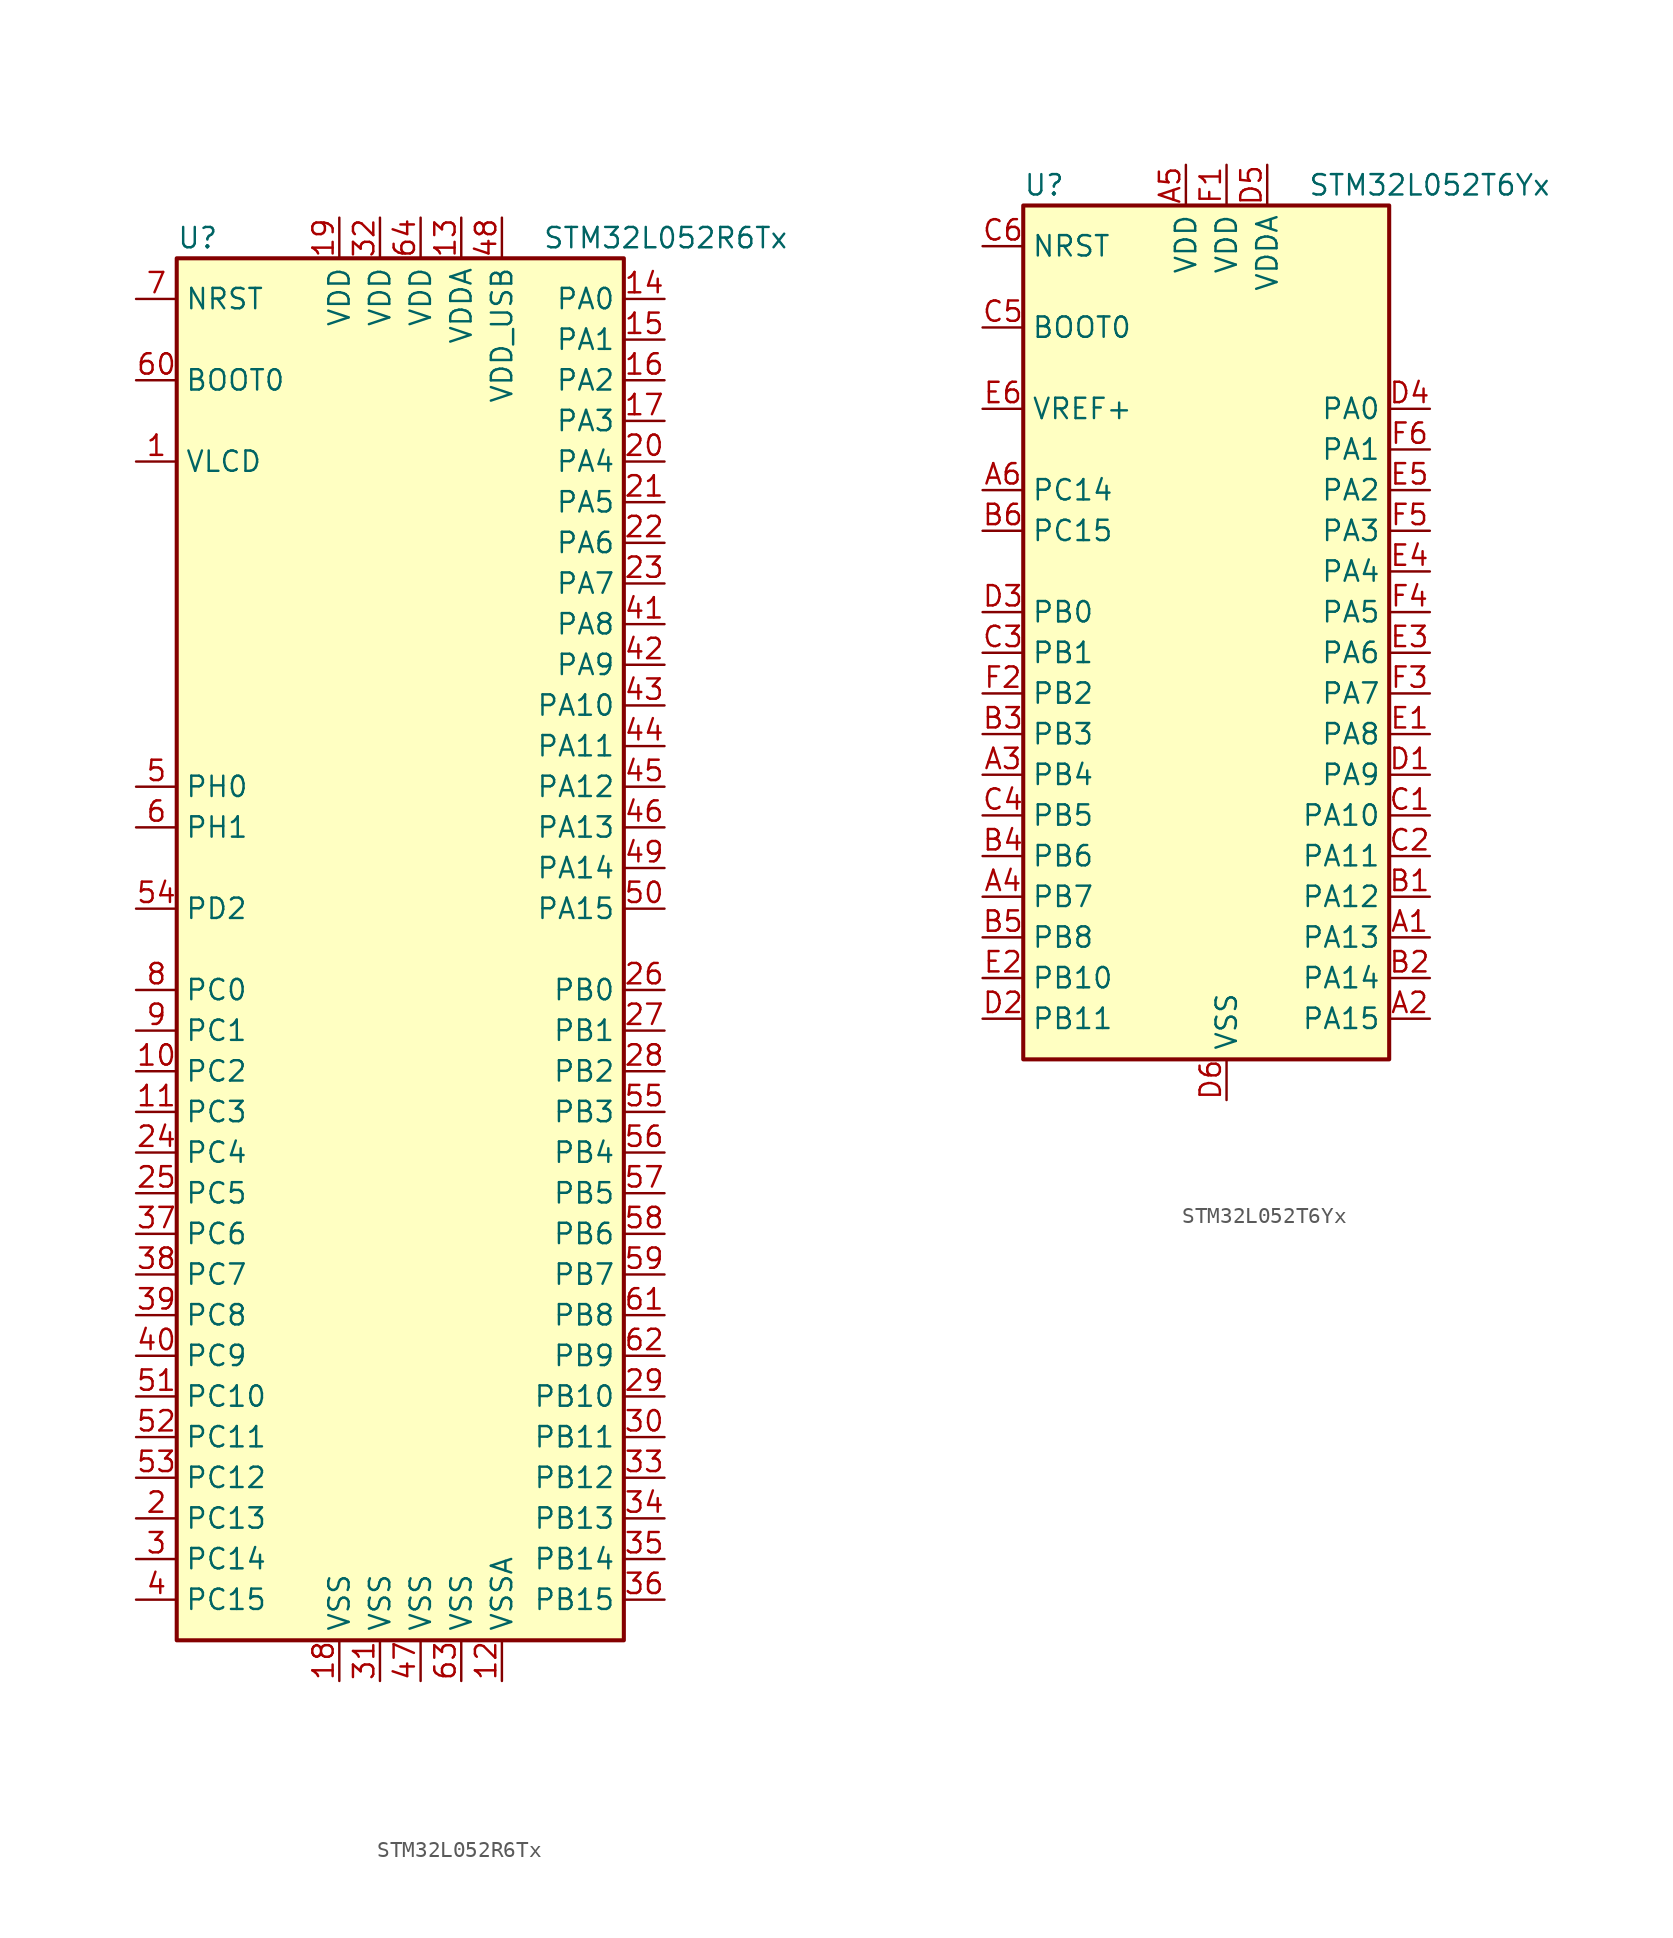
<source format=kicad_sym>
(kicad_symbol_lib
  (version 20201005)
  (generator kicad_symbol_editor)
  (symbol "MCU_ST_STM32L0:STM32L052R6Tx"
    (property "Reference" "U"
      (at -15.24 44.45 0)
      (effects (font (size 1.27 1.27)) (justify left)))
    (property "Value" "STM32L052R6Tx"
      (at 7.62 44.45 0)
      (effects (font (size 1.27 1.27)) (justify left)))
    (symbol "STM32L052R6Tx_0_1"
      (rectangle (start -15.24 -43.18) (end 12.7 43.18) (stroke (width 0.254)) (fill (type background))))
    (symbol "STM32L052R6Tx_1_1"
      (pin input line (at -17.78 35.56 0) (length 2.54) (name "BOOT0" (effects (font (size 1.27 1.27)))) (number "60" (effects (font (size 1.27 1.27)))))
      (pin input line (at -17.78 40.64 0) (length 2.54) (name "NRST" (effects (font (size 1.27 1.27)))) (number "7" (effects (font (size 1.27 1.27)))))
      (pin bidirectional line (at 15.24 40.64 180) (length 2.54) (name "PA0" (effects (font (size 1.27 1.27)))) (number "14" (effects (font (size 1.27 1.27)))))
      (pin bidirectional line (at 15.24 38.1 180) (length 2.54) (name "PA1" (effects (font (size 1.27 1.27)))) (number "15" (effects (font (size 1.27 1.27)))))
      (pin bidirectional line (at 15.24 15.24 180) (length 2.54) (name "PA10" (effects (font (size 1.27 1.27)))) (number "43" (effects (font (size 1.27 1.27)))))
      (pin bidirectional line (at 15.24 12.7 180) (length 2.54) (name "PA11" (effects (font (size 1.27 1.27)))) (number "44" (effects (font (size 1.27 1.27)))))
      (pin bidirectional line (at 15.24 10.16 180) (length 2.54) (name "PA12" (effects (font (size 1.27 1.27)))) (number "45" (effects (font (size 1.27 1.27)))))
      (pin bidirectional line (at 15.24 7.62 180) (length 2.54) (name "PA13" (effects (font (size 1.27 1.27)))) (number "46" (effects (font (size 1.27 1.27)))))
      (pin bidirectional line (at 15.24 5.08 180) (length 2.54) (name "PA14" (effects (font (size 1.27 1.27)))) (number "49" (effects (font (size 1.27 1.27)))))
      (pin bidirectional line (at 15.24 2.54 180) (length 2.54) (name "PA15" (effects (font (size 1.27 1.27)))) (number "50" (effects (font (size 1.27 1.27)))))
      (pin bidirectional line (at 15.24 35.56 180) (length 2.54) (name "PA2" (effects (font (size 1.27 1.27)))) (number "16" (effects (font (size 1.27 1.27)))))
      (pin bidirectional line (at 15.24 33.02 180) (length 2.54) (name "PA3" (effects (font (size 1.27 1.27)))) (number "17" (effects (font (size 1.27 1.27)))))
      (pin bidirectional line (at 15.24 30.48 180) (length 2.54) (name "PA4" (effects (font (size 1.27 1.27)))) (number "20" (effects (font (size 1.27 1.27)))))
      (pin bidirectional line (at 15.24 27.94 180) (length 2.54) (name "PA5" (effects (font (size 1.27 1.27)))) (number "21" (effects (font (size 1.27 1.27)))))
      (pin bidirectional line (at 15.24 25.4 180) (length 2.54) (name "PA6" (effects (font (size 1.27 1.27)))) (number "22" (effects (font (size 1.27 1.27)))))
      (pin bidirectional line (at 15.24 22.86 180) (length 2.54) (name "PA7" (effects (font (size 1.27 1.27)))) (number "23" (effects (font (size 1.27 1.27)))))
      (pin bidirectional line (at 15.24 20.32 180) (length 2.54) (name "PA8" (effects (font (size 1.27 1.27)))) (number "41" (effects (font (size 1.27 1.27)))))
      (pin bidirectional line (at 15.24 17.78 180) (length 2.54) (name "PA9" (effects (font (size 1.27 1.27)))) (number "42" (effects (font (size 1.27 1.27)))))
      (pin bidirectional line (at 15.24 -2.54 180) (length 2.54) (name "PB0" (effects (font (size 1.27 1.27)))) (number "26" (effects (font (size 1.27 1.27)))))
      (pin bidirectional line (at 15.24 -5.08 180) (length 2.54) (name "PB1" (effects (font (size 1.27 1.27)))) (number "27" (effects (font (size 1.27 1.27)))))
      (pin bidirectional line (at 15.24 -27.94 180) (length 2.54) (name "PB10" (effects (font (size 1.27 1.27)))) (number "29" (effects (font (size 1.27 1.27)))))
      (pin bidirectional line (at 15.24 -30.48 180) (length 2.54) (name "PB11" (effects (font (size 1.27 1.27)))) (number "30" (effects (font (size 1.27 1.27)))))
      (pin bidirectional line (at 15.24 -33.02 180) (length 2.54) (name "PB12" (effects (font (size 1.27 1.27)))) (number "33" (effects (font (size 1.27 1.27)))))
      (pin bidirectional line (at 15.24 -35.56 180) (length 2.54) (name "PB13" (effects (font (size 1.27 1.27)))) (number "34" (effects (font (size 1.27 1.27)))))
      (pin bidirectional line (at 15.24 -38.1 180) (length 2.54) (name "PB14" (effects (font (size 1.27 1.27)))) (number "35" (effects (font (size 1.27 1.27)))))
      (pin bidirectional line (at 15.24 -40.64 180) (length 2.54) (name "PB15" (effects (font (size 1.27 1.27)))) (number "36" (effects (font (size 1.27 1.27)))))
      (pin bidirectional line (at 15.24 -7.62 180) (length 2.54) (name "PB2" (effects (font (size 1.27 1.27)))) (number "28" (effects (font (size 1.27 1.27)))))
      (pin bidirectional line (at 15.24 -10.16 180) (length 2.54) (name "PB3" (effects (font (size 1.27 1.27)))) (number "55" (effects (font (size 1.27 1.27)))))
      (pin bidirectional line (at 15.24 -12.7 180) (length 2.54) (name "PB4" (effects (font (size 1.27 1.27)))) (number "56" (effects (font (size 1.27 1.27)))))
      (pin bidirectional line (at 15.24 -15.24 180) (length 2.54) (name "PB5" (effects (font (size 1.27 1.27)))) (number "57" (effects (font (size 1.27 1.27)))))
      (pin bidirectional line (at 15.24 -17.78 180) (length 2.54) (name "PB6" (effects (font (size 1.27 1.27)))) (number "58" (effects (font (size 1.27 1.27)))))
      (pin bidirectional line (at 15.24 -20.32 180) (length 2.54) (name "PB7" (effects (font (size 1.27 1.27)))) (number "59" (effects (font (size 1.27 1.27)))))
      (pin bidirectional line (at 15.24 -22.86 180) (length 2.54) (name "PB8" (effects (font (size 1.27 1.27)))) (number "61" (effects (font (size 1.27 1.27)))))
      (pin bidirectional line (at 15.24 -25.4 180) (length 2.54) (name "PB9" (effects (font (size 1.27 1.27)))) (number "62" (effects (font (size 1.27 1.27)))))
      (pin bidirectional line (at -17.78 -2.54 0) (length 2.54) (name "PC0" (effects (font (size 1.27 1.27)))) (number "8" (effects (font (size 1.27 1.27)))))
      (pin bidirectional line (at -17.78 -5.08 0) (length 2.54) (name "PC1" (effects (font (size 1.27 1.27)))) (number "9" (effects (font (size 1.27 1.27)))))
      (pin bidirectional line (at -17.78 -27.94 0) (length 2.54) (name "PC10" (effects (font (size 1.27 1.27)))) (number "51" (effects (font (size 1.27 1.27)))))
      (pin bidirectional line (at -17.78 -30.48 0) (length 2.54) (name "PC11" (effects (font (size 1.27 1.27)))) (number "52" (effects (font (size 1.27 1.27)))))
      (pin bidirectional line (at -17.78 -33.02 0) (length 2.54) (name "PC12" (effects (font (size 1.27 1.27)))) (number "53" (effects (font (size 1.27 1.27)))))
      (pin bidirectional line (at -17.78 -35.56 0) (length 2.54) (name "PC13" (effects (font (size 1.27 1.27)))) (number "2" (effects (font (size 1.27 1.27)))))
      (pin bidirectional line (at -17.78 -38.1 0) (length 2.54) (name "PC14" (effects (font (size 1.27 1.27)))) (number "3" (effects (font (size 1.27 1.27)))))
      (pin bidirectional line (at -17.78 -40.64 0) (length 2.54) (name "PC15" (effects (font (size 1.27 1.27)))) (number "4" (effects (font (size 1.27 1.27)))))
      (pin bidirectional line (at -17.78 -7.62 0) (length 2.54) (name "PC2" (effects (font (size 1.27 1.27)))) (number "10" (effects (font (size 1.27 1.27)))))
      (pin bidirectional line (at -17.78 -10.16 0) (length 2.54) (name "PC3" (effects (font (size 1.27 1.27)))) (number "11" (effects (font (size 1.27 1.27)))))
      (pin bidirectional line (at -17.78 -12.7 0) (length 2.54) (name "PC4" (effects (font (size 1.27 1.27)))) (number "24" (effects (font (size 1.27 1.27)))))
      (pin bidirectional line (at -17.78 -15.24 0) (length 2.54) (name "PC5" (effects (font (size 1.27 1.27)))) (number "25" (effects (font (size 1.27 1.27)))))
      (pin bidirectional line (at -17.78 -17.78 0) (length 2.54) (name "PC6" (effects (font (size 1.27 1.27)))) (number "37" (effects (font (size 1.27 1.27)))))
      (pin bidirectional line (at -17.78 -20.32 0) (length 2.54) (name "PC7" (effects (font (size 1.27 1.27)))) (number "38" (effects (font (size 1.27 1.27)))))
      (pin bidirectional line (at -17.78 -22.86 0) (length 2.54) (name "PC8" (effects (font (size 1.27 1.27)))) (number "39" (effects (font (size 1.27 1.27)))))
      (pin bidirectional line (at -17.78 -25.4 0) (length 2.54) (name "PC9" (effects (font (size 1.27 1.27)))) (number "40" (effects (font (size 1.27 1.27)))))
      (pin bidirectional line (at -17.78 2.54 0) (length 2.54) (name "PD2" (effects (font (size 1.27 1.27)))) (number "54" (effects (font (size 1.27 1.27)))))
      (pin input line (at -17.78 10.16 0) (length 2.54) (name "PH0" (effects (font (size 1.27 1.27)))) (number "5" (effects (font (size 1.27 1.27)))))
      (pin input line (at -17.78 7.62 0) (length 2.54) (name "PH1" (effects (font (size 1.27 1.27)))) (number "6" (effects (font (size 1.27 1.27)))))
      (pin power_in line (at -5.08 45.72 270) (length 2.54) (name "VDD" (effects (font (size 1.27 1.27)))) (number "19" (effects (font (size 1.27 1.27)))))
      (pin power_in line (at -2.54 45.72 270) (length 2.54) (name "VDD" (effects (font (size 1.27 1.27)))) (number "32" (effects (font (size 1.27 1.27)))))
      (pin power_in line (at 0 45.72 270) (length 2.54) (name "VDD" (effects (font (size 1.27 1.27)))) (number "64" (effects (font (size 1.27 1.27)))))
      (pin power_in line (at 2.54 45.72 270) (length 2.54) (name "VDDA" (effects (font (size 1.27 1.27)))) (number "13" (effects (font (size 1.27 1.27)))))
      (pin power_in line (at 5.08 45.72 270) (length 2.54) (name "VDD_USB" (effects (font (size 1.27 1.27)))) (number "48" (effects (font (size 1.27 1.27)))))
      (pin power_in line (at -17.78 30.48 0) (length 2.54) (name "VLCD" (effects (font (size 1.27 1.27)))) (number "1" (effects (font (size 1.27 1.27)))))
      (pin power_in line (at -5.08 -45.72 90) (length 2.54) (name "VSS" (effects (font (size 1.27 1.27)))) (number "18" (effects (font (size 1.27 1.27)))))
      (pin power_in line (at -2.54 -45.72 90) (length 2.54) (name "VSS" (effects (font (size 1.27 1.27)))) (number "31" (effects (font (size 1.27 1.27)))))
      (pin power_in line (at 0 -45.72 90) (length 2.54) (name "VSS" (effects (font (size 1.27 1.27)))) (number "47" (effects (font (size 1.27 1.27)))))
      (pin power_in line (at 2.54 -45.72 90) (length 2.54) (name "VSS" (effects (font (size 1.27 1.27)))) (number "63" (effects (font (size 1.27 1.27)))))
      (pin power_in line (at 5.08 -45.72 90) (length 2.54) (name "VSSA" (effects (font (size 1.27 1.27)))) (number "12" (effects (font (size 1.27 1.27)))))))
  (symbol "MCU_ST_STM32L0:STM32L052T6Yx"
    (property "Reference" "U"
      (at -12.7 26.67 0)
      (effects (font (size 1.27 1.27)) (justify left)))
    (property "Value" "STM32L052T6Yx"
      (at 5.08 26.67 0)
      (effects (font (size 1.27 1.27)) (justify left)))
    (symbol "STM32L052T6Yx_0_1"
      (rectangle (start -12.7 -27.94) (end 10.16 25.4) (stroke (width 0.254)) (fill (type background))))
    (symbol "STM32L052T6Yx_1_1"
      (pin input line (at -15.24 17.78 0) (length 2.54) (name "BOOT0" (effects (font (size 1.27 1.27)))) (number "C5" (effects (font (size 1.27 1.27)))))
      (pin input line (at -15.24 22.86 0) (length 2.54) (name "NRST" (effects (font (size 1.27 1.27)))) (number "C6" (effects (font (size 1.27 1.27)))))
      (pin bidirectional line (at 12.7 12.7 180) (length 2.54) (name "PA0" (effects (font (size 1.27 1.27)))) (number "D4" (effects (font (size 1.27 1.27)))))
      (pin bidirectional line (at 12.7 10.16 180) (length 2.54) (name "PA1" (effects (font (size 1.27 1.27)))) (number "F6" (effects (font (size 1.27 1.27)))))
      (pin bidirectional line (at 12.7 -12.7 180) (length 2.54) (name "PA10" (effects (font (size 1.27 1.27)))) (number "C1" (effects (font (size 1.27 1.27)))))
      (pin bidirectional line (at 12.7 -15.24 180) (length 2.54) (name "PA11" (effects (font (size 1.27 1.27)))) (number "C2" (effects (font (size 1.27 1.27)))))
      (pin bidirectional line (at 12.7 -17.78 180) (length 2.54) (name "PA12" (effects (font (size 1.27 1.27)))) (number "B1" (effects (font (size 1.27 1.27)))))
      (pin bidirectional line (at 12.7 -20.32 180) (length 2.54) (name "PA13" (effects (font (size 1.27 1.27)))) (number "A1" (effects (font (size 1.27 1.27)))))
      (pin bidirectional line (at 12.7 -22.86 180) (length 2.54) (name "PA14" (effects (font (size 1.27 1.27)))) (number "B2" (effects (font (size 1.27 1.27)))))
      (pin bidirectional line (at 12.7 -25.4 180) (length 2.54) (name "PA15" (effects (font (size 1.27 1.27)))) (number "A2" (effects (font (size 1.27 1.27)))))
      (pin bidirectional line (at 12.7 7.62 180) (length 2.54) (name "PA2" (effects (font (size 1.27 1.27)))) (number "E5" (effects (font (size 1.27 1.27)))))
      (pin bidirectional line (at 12.7 5.08 180) (length 2.54) (name "PA3" (effects (font (size 1.27 1.27)))) (number "F5" (effects (font (size 1.27 1.27)))))
      (pin bidirectional line (at 12.7 2.54 180) (length 2.54) (name "PA4" (effects (font (size 1.27 1.27)))) (number "E4" (effects (font (size 1.27 1.27)))))
      (pin bidirectional line (at 12.7 0 180) (length 2.54) (name "PA5" (effects (font (size 1.27 1.27)))) (number "F4" (effects (font (size 1.27 1.27)))))
      (pin bidirectional line (at 12.7 -2.54 180) (length 2.54) (name "PA6" (effects (font (size 1.27 1.27)))) (number "E3" (effects (font (size 1.27 1.27)))))
      (pin bidirectional line (at 12.7 -5.08 180) (length 2.54) (name "PA7" (effects (font (size 1.27 1.27)))) (number "F3" (effects (font (size 1.27 1.27)))))
      (pin bidirectional line (at 12.7 -7.62 180) (length 2.54) (name "PA8" (effects (font (size 1.27 1.27)))) (number "E1" (effects (font (size 1.27 1.27)))))
      (pin bidirectional line (at 12.7 -10.16 180) (length 2.54) (name "PA9" (effects (font (size 1.27 1.27)))) (number "D1" (effects (font (size 1.27 1.27)))))
      (pin bidirectional line (at -15.24 0 0) (length 2.54) (name "PB0" (effects (font (size 1.27 1.27)))) (number "D3" (effects (font (size 1.27 1.27)))))
      (pin bidirectional line (at -15.24 -2.54 0) (length 2.54) (name "PB1" (effects (font (size 1.27 1.27)))) (number "C3" (effects (font (size 1.27 1.27)))))
      (pin bidirectional line (at -15.24 -22.86 0) (length 2.54) (name "PB10" (effects (font (size 1.27 1.27)))) (number "E2" (effects (font (size 1.27 1.27)))))
      (pin bidirectional line (at -15.24 -25.4 0) (length 2.54) (name "PB11" (effects (font (size 1.27 1.27)))) (number "D2" (effects (font (size 1.27 1.27)))))
      (pin bidirectional line (at -15.24 -5.08 0) (length 2.54) (name "PB2" (effects (font (size 1.27 1.27)))) (number "F2" (effects (font (size 1.27 1.27)))))
      (pin bidirectional line (at -15.24 -7.62 0) (length 2.54) (name "PB3" (effects (font (size 1.27 1.27)))) (number "B3" (effects (font (size 1.27 1.27)))))
      (pin bidirectional line (at -15.24 -10.16 0) (length 2.54) (name "PB4" (effects (font (size 1.27 1.27)))) (number "A3" (effects (font (size 1.27 1.27)))))
      (pin bidirectional line (at -15.24 -12.7 0) (length 2.54) (name "PB5" (effects (font (size 1.27 1.27)))) (number "C4" (effects (font (size 1.27 1.27)))))
      (pin bidirectional line (at -15.24 -15.24 0) (length 2.54) (name "PB6" (effects (font (size 1.27 1.27)))) (number "B4" (effects (font (size 1.27 1.27)))))
      (pin bidirectional line (at -15.24 -17.78 0) (length 2.54) (name "PB7" (effects (font (size 1.27 1.27)))) (number "A4" (effects (font (size 1.27 1.27)))))
      (pin bidirectional line (at -15.24 -20.32 0) (length 2.54) (name "PB8" (effects (font (size 1.27 1.27)))) (number "B5" (effects (font (size 1.27 1.27)))))
      (pin bidirectional line (at -15.24 7.62 0) (length 2.54) (name "PC14" (effects (font (size 1.27 1.27)))) (number "A6" (effects (font (size 1.27 1.27)))))
      (pin bidirectional line (at -15.24 5.08 0) (length 2.54) (name "PC15" (effects (font (size 1.27 1.27)))) (number "B6" (effects (font (size 1.27 1.27)))))
      (pin power_in line (at -2.54 27.94 270) (length 2.54) (name "VDD" (effects (font (size 1.27 1.27)))) (number "A5" (effects (font (size 1.27 1.27)))))
      (pin power_in line (at 0 27.94 270) (length 2.54) (name "VDD" (effects (font (size 1.27 1.27)))) (number "F1" (effects (font (size 1.27 1.27)))))
      (pin power_in line (at 2.54 27.94 270) (length 2.54) (name "VDDA" (effects (font (size 1.27 1.27)))) (number "D5" (effects (font (size 1.27 1.27)))))
      (pin power_in line (at -15.24 12.7 0) (length 2.54) (name "VREF+" (effects (font (size 1.27 1.27)))) (number "E6" (effects (font (size 1.27 1.27)))))
      (pin power_in line (at 0 -30.48 90) (length 2.54) (name "VSS" (effects (font (size 1.27 1.27)))) (number "D6" (effects (font (size 1.27 1.27))))))))
</source>
